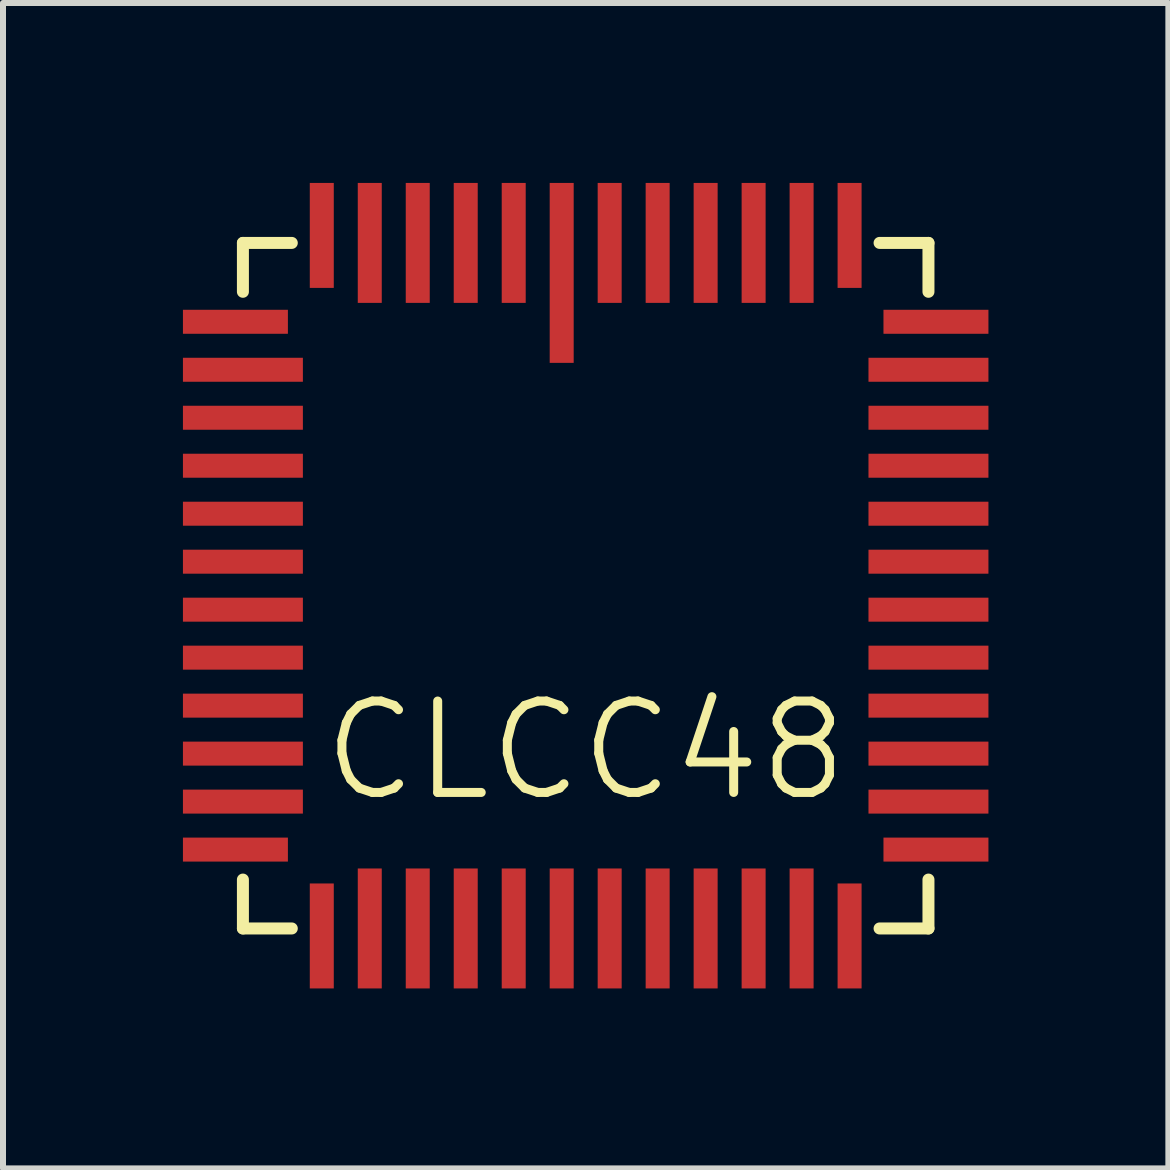
<source format=kicad_pcb>
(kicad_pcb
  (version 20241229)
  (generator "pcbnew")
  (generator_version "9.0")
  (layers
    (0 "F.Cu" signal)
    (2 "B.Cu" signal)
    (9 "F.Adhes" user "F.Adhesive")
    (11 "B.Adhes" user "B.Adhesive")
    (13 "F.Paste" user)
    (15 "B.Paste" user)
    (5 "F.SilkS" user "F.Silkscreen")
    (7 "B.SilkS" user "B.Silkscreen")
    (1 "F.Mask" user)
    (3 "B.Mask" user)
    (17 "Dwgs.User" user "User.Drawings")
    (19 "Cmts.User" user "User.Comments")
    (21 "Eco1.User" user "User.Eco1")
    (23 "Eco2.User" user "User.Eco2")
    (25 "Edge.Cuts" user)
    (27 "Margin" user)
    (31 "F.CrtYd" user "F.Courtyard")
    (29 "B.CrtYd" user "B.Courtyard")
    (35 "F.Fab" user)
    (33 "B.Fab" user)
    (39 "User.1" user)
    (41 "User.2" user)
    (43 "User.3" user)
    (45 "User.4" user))
  (footprint "CLCC48"
    (layer "F.Cu")
    (at 6.715 6.715)
    (property "Reference" "CLCC48" (at 0 2.75 0) (layer "F.SilkS") (effects (font (size 1.524 1.524) (thickness 0.15))))
    (attr through_hole)
    (fp_line (start -5.715 -5.715) (end -4.9 -5.715) (stroke (width 0.2) (type solid)) (layer "F.SilkS"))
    (fp_line (start -5.715 -4.9) (end -5.715 -5.715) (stroke (width 0.2) (type solid)) (layer "F.SilkS"))
    (fp_line (start -5.715 4.9) (end -5.715 5.715) (stroke (width 0.2) (type solid)) (layer "F.SilkS"))
    (fp_line (start -5.715 5.715) (end -4.9 5.715) (stroke (width 0.2) (type solid)) (layer "F.SilkS"))
    (fp_line (start 5.715 -5.715) (end 4.9 -5.715) (stroke (width 0.2) (type solid)) (layer "F.SilkS"))
    (fp_line (start 5.715 -4.9) (end 5.715 -5.715) (stroke (width 0.2) (type solid)) (layer "F.SilkS"))
    (fp_line (start 5.715 4.9) (end 5.715 5.715) (stroke (width 0.2) (type solid)) (layer "F.SilkS"))
    (fp_line (start 5.715 5.715) (end 4.9 5.715) (stroke (width 0.2) (type solid)) (layer "F.SilkS"))
    (pad "1" smd rect (at -0.4 -5.215) (size 0.4 3) (layers "F.Cu" "F.Mask"))
    (pad "2" smd rect (at -1.2 -5.715) (size 0.4 2) (layers "F.Cu" "F.Mask"))
    (pad "3" smd rect (at -2 -5.715) (size 0.4 2) (layers "F.Cu" "F.Mask"))
    (pad "4" smd rect (at -2.8 -5.715) (size 0.4 2) (layers "F.Cu" "F.Mask"))
    (pad "5" smd rect (at -3.6 -5.715) (size 0.4 2) (layers "F.Cu" "F.Mask"))
    (pad "6" smd rect (at -4.4 -5.84) (size 0.4 1.75) (layers "F.Cu" "F.Mask"))
    (pad "7" smd rect (at -5.84 -4.4) (size 1.75 0.4) (layers "F.Cu" "F.Mask"))
    (pad "8" smd rect (at -5.715 -3.6) (size 2 0.4) (layers "F.Cu" "F.Mask"))
    (pad "9" smd rect (at -5.715 -2.8) (size 2 0.4) (layers "F.Cu" "F.Mask"))
    (pad "10" smd rect (at -5.715 -2) (size 2 0.4) (layers "F.Cu" "F.Mask"))
    (pad "11" smd rect (at -5.715 -1.2) (size 2 0.4) (layers "F.Cu" "F.Mask"))
    (pad "12" smd rect (at -5.715 -0.4) (size 2 0.4) (layers "F.Cu" "F.Mask"))
    (pad "13" smd rect (at -5.715 0.4) (size 2 0.4) (layers "F.Cu" "F.Mask"))
    (pad "14" smd rect (at -5.715 1.2) (size 2 0.4) (layers "F.Cu" "F.Mask"))
    (pad "15" smd rect (at -5.715 2) (size 2 0.4) (layers "F.Cu" "F.Mask"))
    (pad "16" smd rect (at -5.715 2.8) (size 2 0.4) (layers "F.Cu" "F.Mask"))
    (pad "17" smd rect (at -5.715 3.6) (size 2 0.4) (layers "F.Cu" "F.Mask"))
    (pad "18" smd rect (at -5.84 4.4) (size 1.75 0.4) (layers "F.Cu" "F.Mask"))
    (pad "19" smd rect (at -4.4 5.84) (size 0.4 1.75) (layers "F.Cu" "F.Mask"))
    (pad "20" smd rect (at -3.6 5.715) (size 0.4 2) (layers "F.Cu" "F.Mask"))
    (pad "21" smd rect (at -2.8 5.715) (size 0.4 2) (layers "F.Cu" "F.Mask"))
    (pad "22" smd rect (at -2 5.715) (size 0.4 2) (layers "F.Cu" "F.Mask"))
    (pad "23" smd rect (at -1.2 5.715) (size 0.4 2) (layers "F.Cu" "F.Mask"))
    (pad "24" smd rect (at -0.4 5.715) (size 0.4 2) (layers "F.Cu" "F.Mask"))
    (pad "25" smd rect (at 0.4 5.715) (size 0.4 2) (layers "F.Cu" "F.Mask"))
    (pad "26" smd rect (at 1.2 5.715) (size 0.4 2) (layers "F.Cu" "F.Mask"))
    (pad "27" smd rect (at 2 5.715) (size 0.4 2) (layers "F.Cu" "F.Mask"))
    (pad "28" smd rect (at 2.8 5.715) (size 0.4 2) (layers "F.Cu" "F.Mask"))
    (pad "29" smd rect (at 3.6 5.715) (size 0.4 2) (layers "F.Cu" "F.Mask"))
    (pad "30" smd rect (at 4.4 5.84) (size 0.4 1.75) (layers "F.Cu" "F.Mask"))
    (pad "31" smd rect (at 5.84 4.4) (size 1.75 0.4) (layers "F.Cu" "F.Mask"))
    (pad "32" smd rect (at 5.715 3.6) (size 2 0.4) (layers "F.Cu" "F.Mask"))
    (pad "33" smd rect (at 5.715 2.8) (size 2 0.4) (layers "F.Cu" "F.Mask"))
    (pad "34" smd rect (at 5.715 2) (size 2 0.4) (layers "F.Cu" "F.Mask"))
    (pad "35" smd rect (at 5.715 1.2) (size 2 0.4) (layers "F.Cu" "F.Mask"))
    (pad "36" smd rect (at 5.715 0.4) (size 2 0.4) (layers "F.Cu" "F.Mask"))
    (pad "37" smd rect (at 5.715 -0.4) (size 2 0.4) (layers "F.Cu" "F.Mask"))
    (pad "38" smd rect (at 5.715 -1.2) (size 2 0.4) (layers "F.Cu" "F.Mask"))
    (pad "39" smd rect (at 5.715 -2) (size 2 0.4) (layers "F.Cu" "F.Mask"))
    (pad "40" smd rect (at 5.715 -2.8) (size 2 0.4) (layers "F.Cu" "F.Mask"))
    (pad "41" smd rect (at 5.715 -3.6) (size 2 0.4) (layers "F.Cu" "F.Mask"))
    (pad "42" smd rect (at 5.84 -4.4) (size 1.75 0.4) (layers "F.Cu" "F.Mask"))
    (pad "43" smd rect (at 4.4 -5.84) (size 0.4 1.75) (layers "F.Cu" "F.Mask"))
    (pad "44" smd rect (at 3.6 -5.715) (size 0.4 2) (layers "F.Cu" "F.Mask"))
    (pad "45" smd rect (at 2.8 -5.715) (size 0.4 2) (layers "F.Cu" "F.Mask"))
    (pad "46" smd rect (at 2 -5.715) (size 0.4 2) (layers "F.Cu" "F.Mask"))
    (pad "47" smd rect (at 1.2 -5.715) (size 0.4 2) (layers "F.Cu" "F.Mask"))
    (pad "48" smd rect (at 0.4 -5.715) (size 0.4 2) (layers "F.Cu" "F.Mask")))
  (gr_rect
    (start -3 -3)
    (end 16.43 16.43)
    (stroke (width 0.1) (type default))
    (fill no)
    (layer "Edge.Cuts")))
</source>
